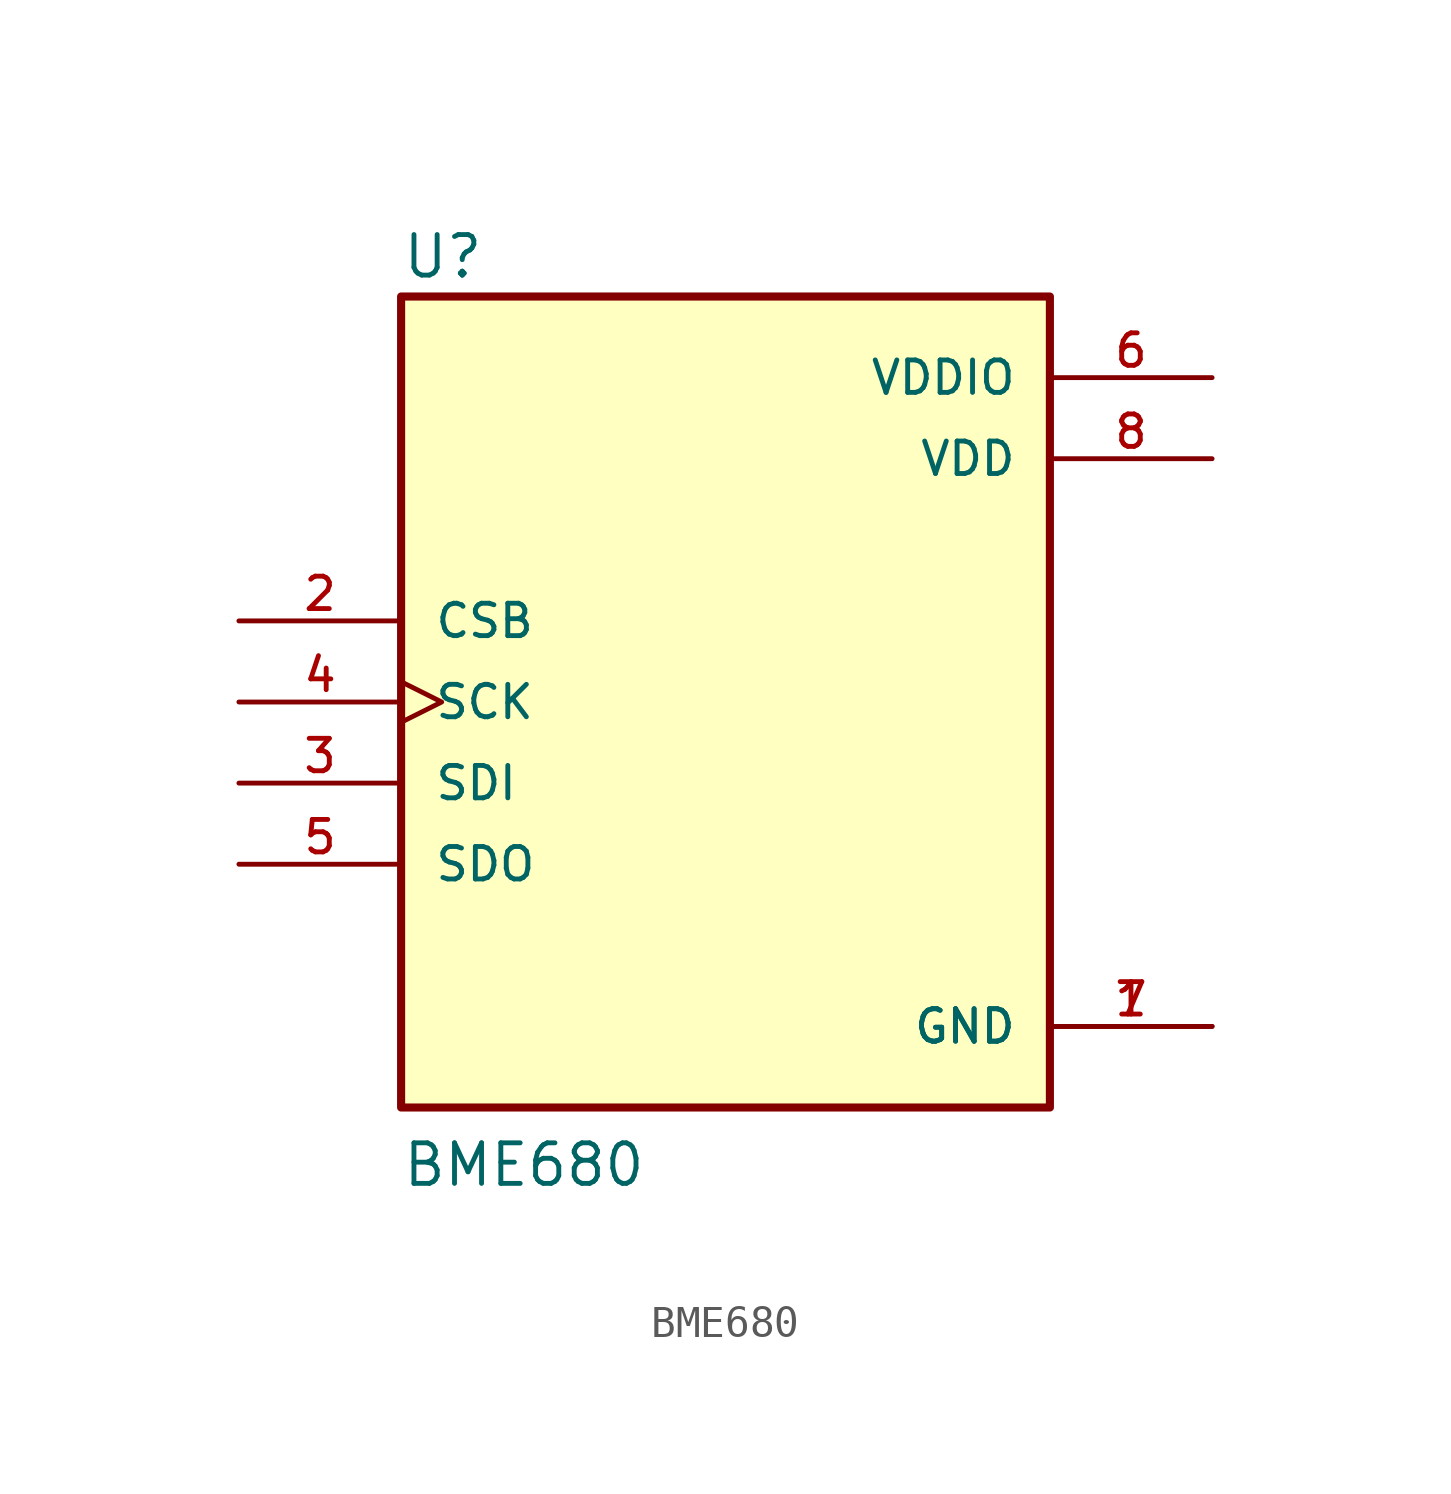
<source format=kicad_sym>
(kicad_symbol_lib
  (version 20211014)
  (generator kicad_symbol_editor)
  (symbol "BME680"
    (pin_names
      (offset 1.016))
    (property "Reference" "U"
      (at -10.16 13.208 0)
      (effects (font (size 1.27 1.27)) (justify bottom left)))
    (property "Value" "BME680"
      (at -10.16 -15.24 0)
      (effects (font (size 1.27 1.27)) (justify bottom left)))
    (symbol "BME680_0_0"
      (rectangle (start -10.16 -12.7) (end 10.16 12.7) (stroke (width 0.254)) (fill (type background)))
      (pin input line (at -15.24 2.54 0) (length 5.08) (name "CSB" (effects (font (size 1.016 1.016)))) (number "2" (effects (font (size 1.016 1.016)))))
      (pin bidirectional line (at -15.24 -2.54 0) (length 5.08) (name "SDI" (effects (font (size 1.016 1.016)))) (number "3" (effects (font (size 1.016 1.016)))))
      (pin input clock (at -15.24 0.0 0) (length 5.08) (name "SCK" (effects (font (size 1.016 1.016)))) (number "4" (effects (font (size 1.016 1.016)))))
      (pin bidirectional line (at -15.24 -5.08 0) (length 5.08) (name "SDO" (effects (font (size 1.016 1.016)))) (number "5" (effects (font (size 1.016 1.016)))))
      (pin power_in line (at 15.24 10.16 180.0) (length 5.08) (name "VDDIO" (effects (font (size 1.016 1.016)))) (number "6" (effects (font (size 1.016 1.016)))))
      (pin power_in line (at 15.24 -10.16 180.0) (length 5.08) (name "GND" (effects (font (size 1.016 1.016)))) (number "1" (effects (font (size 1.016 1.016)))))
      (pin power_in line (at 15.24 -10.16 180.0) (length 5.08) (name "GND" (effects (font (size 1.016 1.016)))) (number "7" (effects (font (size 1.016 1.016)))))
      (pin power_in line (at 15.24 7.62 180.0) (length 5.08) (name "VDD" (effects (font (size 1.016 1.016)))) (number "8" (effects (font (size 1.016 1.016))))))))
</source>
